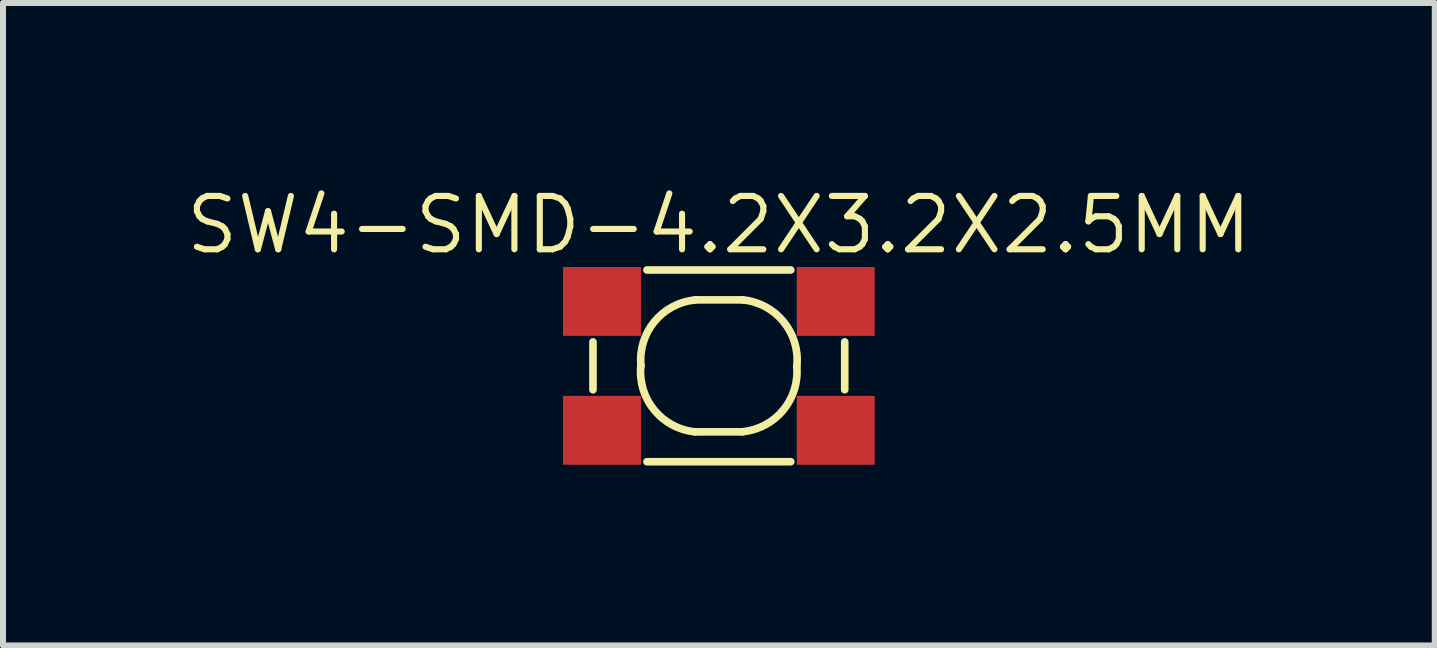
<source format=kicad_pcb>
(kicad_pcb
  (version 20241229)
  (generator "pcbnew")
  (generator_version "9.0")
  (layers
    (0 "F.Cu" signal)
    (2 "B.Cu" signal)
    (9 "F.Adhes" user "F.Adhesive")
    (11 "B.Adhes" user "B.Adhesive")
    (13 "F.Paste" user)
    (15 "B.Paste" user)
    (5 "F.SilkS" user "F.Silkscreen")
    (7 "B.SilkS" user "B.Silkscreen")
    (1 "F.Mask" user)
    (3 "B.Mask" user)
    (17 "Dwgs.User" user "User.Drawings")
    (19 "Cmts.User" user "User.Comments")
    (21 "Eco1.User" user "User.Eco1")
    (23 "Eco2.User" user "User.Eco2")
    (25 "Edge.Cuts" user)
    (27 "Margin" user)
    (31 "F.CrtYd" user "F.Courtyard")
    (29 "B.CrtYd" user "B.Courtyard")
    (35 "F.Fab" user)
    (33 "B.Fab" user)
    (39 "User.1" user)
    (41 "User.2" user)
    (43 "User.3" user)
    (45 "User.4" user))
  (footprint "SW4-SMD-4.2X3.2X2.5MM"
    (layer "F.Cu")
    (at 8.932 3.048)
    (property "Reference" "SW4-SMD-4.2X3.2X2.5MM" (at 0 -2.349 0) (layer "F.SilkS") (effects (font (size 0.889 0.889) (thickness 0.102))))
    (attr smd)
    (fp_line (start -2.098 -0.399) (end -2.098 0.399) (stroke (width 0.127) (type solid)) (layer "F.SilkS"))
    (fp_line (start -1.199 -1.598) (end 1.199 -1.598) (stroke (width 0.127) (type solid)) (layer "F.SilkS"))
    (fp_line (start -0.399 -1.1) (end 0.399 -1.1) (stroke (width 0.127) (type solid)) (layer "F.SilkS"))
    (fp_line (start 0.399 1.1) (end -0.399 1.1) (stroke (width 0.127) (type solid)) (layer "F.SilkS"))
    (fp_line (start 1.199 1.598) (end -1.199 1.598) (stroke (width 0.127) (type solid)) (layer "F.SilkS"))
    (fp_line (start 2.098 0.399) (end 2.098 -0.399) (stroke (width 0.127) (type solid)) (layer "F.SilkS"))
    (fp_arc (start -1.29794 0) (mid -1.075614 -0.734862) (end -0.39878 -1.09728) (stroke (width 0.127) (type solid)) (layer "F.SilkS"))
    (fp_arc (start -0.39878 1.09982) (mid -1.07741 0.736658) (end -1.30048 0) (stroke (width 0.127) (type solid)) (layer "F.SilkS"))
    (fp_arc (start 0.39878 -1.09982) (mid 1.07741 -0.736658) (end 1.30048 0) (stroke (width 0.127) (type solid)) (layer "F.SilkS"))
    (fp_arc (start 1.29794 0) (mid 1.075614 0.734862) (end 0.39878 1.09728) (stroke (width 0.127) (type solid)) (layer "F.SilkS"))
    (pad "1" smd rect (at -1.948 -1.074) (size 1.298 1.148) (layers "F.Cu" "F.Mask" "F.Paste"))
    (pad "2" smd rect (at 1.948 -1.074) (size 1.298 1.148) (layers "F.Cu" "F.Mask" "F.Paste"))
    (pad "3" smd rect (at -1.948 1.074) (size 1.298 1.148) (layers "F.Cu" "F.Mask" "F.Paste"))
    (pad "4" smd rect (at 1.948 1.074) (size 1.298 1.148) (layers "F.Cu" "F.Mask" "F.Paste")))
  (gr_rect
    (start -3 -3)
    (end 20.865 7.709)
    (stroke (width 0.1) (type default))
    (fill no)
    (layer "Edge.Cuts")))
</source>
